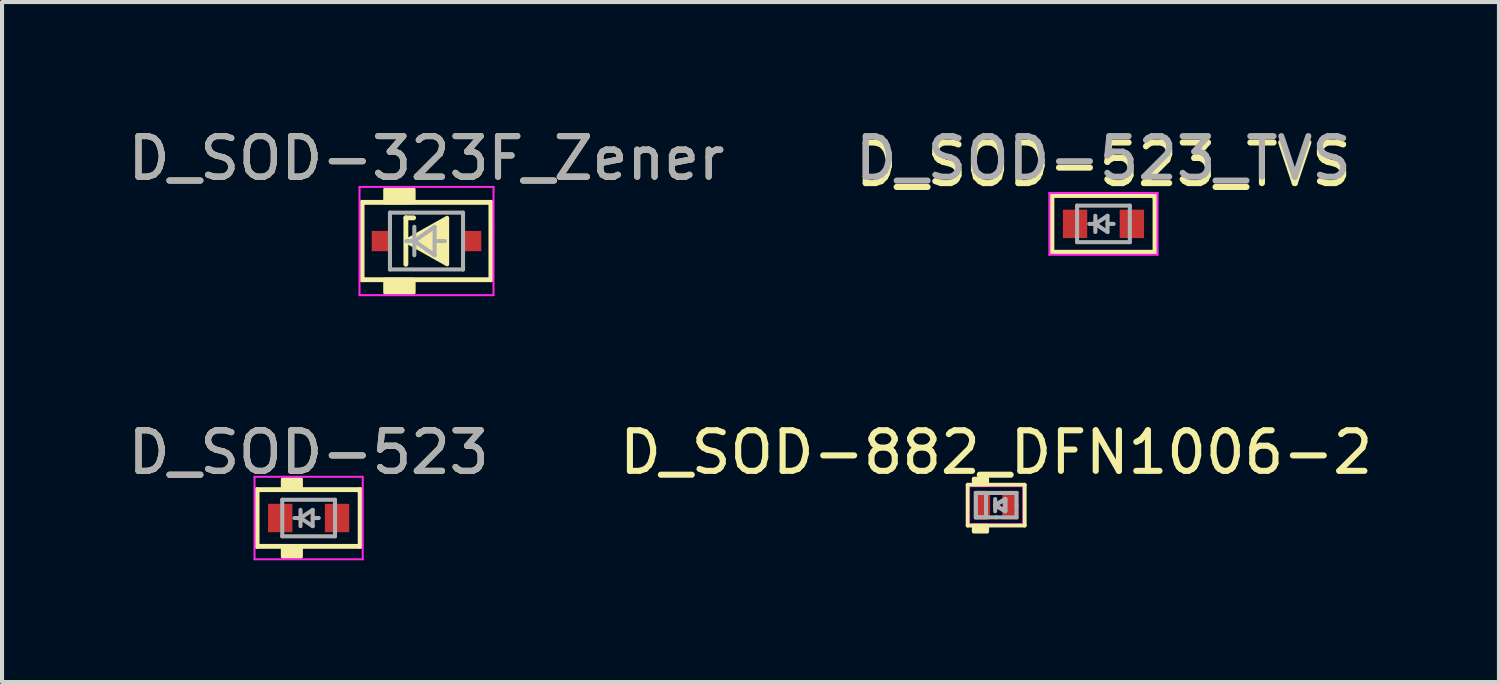
<source format=kicad_pcb>
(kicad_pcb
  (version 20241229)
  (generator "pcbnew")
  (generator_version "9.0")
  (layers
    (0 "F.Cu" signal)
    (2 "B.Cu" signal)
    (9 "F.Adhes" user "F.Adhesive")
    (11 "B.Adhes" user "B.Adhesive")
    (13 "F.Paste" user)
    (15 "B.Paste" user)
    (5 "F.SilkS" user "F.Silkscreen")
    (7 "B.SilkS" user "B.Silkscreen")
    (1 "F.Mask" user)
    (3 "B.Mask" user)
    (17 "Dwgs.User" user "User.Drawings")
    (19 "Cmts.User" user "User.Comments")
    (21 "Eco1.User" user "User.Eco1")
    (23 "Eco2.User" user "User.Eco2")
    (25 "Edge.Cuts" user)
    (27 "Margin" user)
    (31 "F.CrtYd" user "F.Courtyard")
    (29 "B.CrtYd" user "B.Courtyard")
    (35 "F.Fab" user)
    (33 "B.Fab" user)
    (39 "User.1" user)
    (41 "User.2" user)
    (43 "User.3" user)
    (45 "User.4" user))
  (footprint "D_SOD-523"
    (layer "F.Cu")
    (at 4.554 9.713)
    (property "Reference" "D_SOD-523" (at 0 -1.617 0) (layer "F.SilkS") (effects (font (size 1 1) (thickness 0.15))))
    (attr smd)
    (fp_line (start -1.27 -0.699) (end -1.27 0.699) (stroke (width 0.12) (type solid)) (layer "F.SilkS"))
    (fp_line (start -1.27 0.699) (end 1.27 0.699) (stroke (width 0.12) (type solid)) (layer "F.SilkS"))
    (fp_line (start 1.27 -0.699) (end -1.27 -0.699) (stroke (width 0.12) (type solid)) (layer "F.SilkS"))
    (fp_line (start 1.27 -0.635) (end 1.27 -0.699) (stroke (width 0.12) (type solid)) (layer "F.SilkS"))
    (fp_line (start 1.27 0.699) (end 1.27 -0.635) (stroke (width 0.12) (type solid)) (layer "F.SilkS"))
    (fp_poly (pts (xy -0.191 -0.699) (xy -0.635 -0.699) (xy -0.635 -0.953) (xy -0.191 -0.953)) (stroke (width 0.1) (type solid)) (fill yes) (layer "F.SilkS"))
    (fp_poly (pts (xy -0.191 0.953) (xy -0.635 0.953) (xy -0.635 0.699) (xy -0.191 0.699)) (stroke (width 0.1) (type solid)) (fill yes) (layer "F.SilkS"))
    (fp_line (start -1.333 -1.016) (end 1.333 -1.016) (stroke (width 0.05) (type solid)) (layer "F.CrtYd"))
    (fp_line (start -1.333 1.016) (end -1.333 -1.016) (stroke (width 0.05) (type solid)) (layer "F.CrtYd"))
    (fp_line (start 1.333 -1.016) (end 1.333 1.016) (stroke (width 0.05) (type solid)) (layer "F.CrtYd"))
    (fp_line (start 1.333 1.016) (end -1.333 1.016) (stroke (width 0.05) (type solid)) (layer "F.CrtYd"))
    (fp_line (start -0.65 -0.45) (end 0.65 -0.45) (stroke (width 0.1) (type solid)) (layer "F.Fab"))
    (fp_line (start -0.65 0.45) (end -0.65 -0.45) (stroke (width 0.1) (type solid)) (layer "F.Fab"))
    (fp_line (start -0.2 0) (end -0.35 0) (stroke (width 0.1) (type solid)) (layer "F.Fab"))
    (fp_line (start -0.2 0) (end 0.1 0.2) (stroke (width 0.1) (type solid)) (layer "F.Fab"))
    (fp_line (start -0.2 0.2) (end -0.2 -0.2) (stroke (width 0.1) (type solid)) (layer "F.Fab"))
    (fp_line (start 0.1 -0.2) (end -0.2 0) (stroke (width 0.1) (type solid)) (layer "F.Fab"))
    (fp_line (start 0.1 0) (end 0.25 0) (stroke (width 0.1) (type solid)) (layer "F.Fab"))
    (fp_line (start 0.1 0.2) (end 0.1 -0.2) (stroke (width 0.1) (type solid)) (layer "F.Fab"))
    (fp_line (start 0.65 -0.45) (end 0.65 0.45) (stroke (width 0.1) (type solid)) (layer "F.Fab"))
    (fp_line (start 0.65 0.45) (end -0.65 0.45) (stroke (width 0.1) (type solid)) (layer "F.Fab"))
    (fp_text user "${REFERENCE}" (at 0 -1.617 0) (layer "F.Fab") (effects (font (size 1 1) (thickness 0.15))))
    (pad "1" smd rect (at -0.7 0 180) (size 0.6 0.7) (layers "F.Cu" "F.Mask" "F.Paste"))
    (pad "2" smd rect (at 0.7 0 180) (size 0.6 0.7) (layers "F.Cu" "F.Mask" "F.Paste")))
  (footprint "D_SOD-323F_Zener"
    (layer "F.Cu")
    (at 7.458 2.889)
    (property "Reference" "D_SOD-323F_Zener" (at 0 -2.041 0) (layer "F.SilkS") (effects (font (size 1 1) (thickness 0.15))))
    (attr smd)
    (fp_line (start -1.587 -0.953) (end -1.587 0.953) (stroke (width 0.12) (type solid)) (layer "F.SilkS"))
    (fp_line (start -1.587 0.953) (end 1.587 0.953) (stroke (width 0.12) (type solid)) (layer "F.SilkS"))
    (fp_line (start -0.508 -0.572) (end -0.508 0.572) (stroke (width 0.12) (type solid)) (layer "F.SilkS"))
    (fp_line (start -0.508 -0.572) (end -0.318 -0.572) (stroke (width 0.12) (type solid)) (layer "F.SilkS"))
    (fp_line (start 1.587 -0.953) (end -1.587 -0.953) (stroke (width 0.12) (type solid)) (layer "F.SilkS"))
    (fp_line (start 1.587 0.953) (end 1.587 -0.953) (stroke (width 0.12) (type solid)) (layer "F.SilkS"))
    (fp_poly (pts (xy 0.508 0.572) (xy -0.508 0) (xy 0.508 -0.572)) (stroke (width 0.1) (type solid)) (fill yes) (layer "F.SilkS"))
    (fp_poly (pts (xy -0.318 -0.953) (xy -1.016 -0.953) (xy -1.016 -1.27) (xy -0.318 -1.27)) (stroke (width 0.1) (type solid)) (fill yes) (layer "F.SilkS"))
    (fp_poly (pts (xy -0.318 1.27) (xy -1.016 1.27) (xy -1.016 0.953) (xy -0.318 0.953)) (stroke (width 0.1) (type solid)) (fill yes) (layer "F.SilkS"))
    (fp_line (start -1.651 -1.333) (end -1.651 1.333) (stroke (width 0.05) (type solid)) (layer "F.CrtYd"))
    (fp_line (start -1.651 -1.333) (end 1.651 -1.333) (stroke (width 0.05) (type solid)) (layer "F.CrtYd"))
    (fp_line (start -1.651 1.333) (end 1.651 1.333) (stroke (width 0.05) (type solid)) (layer "F.CrtYd"))
    (fp_line (start 1.651 -1.333) (end 1.651 1.333) (stroke (width 0.05) (type solid)) (layer "F.CrtYd"))
    (fp_line (start -0.9 -0.7) (end 0.9 -0.7) (stroke (width 0.1) (type solid)) (layer "F.Fab"))
    (fp_line (start -0.9 0.7) (end -0.9 -0.7) (stroke (width 0.1) (type solid)) (layer "F.Fab"))
    (fp_line (start -0.3 -0.35) (end -0.3 0.35) (stroke (width 0.1) (type solid)) (layer "F.Fab"))
    (fp_line (start -0.3 0) (end -0.5 0) (stroke (width 0.1) (type solid)) (layer "F.Fab"))
    (fp_line (start -0.3 0) (end 0.2 -0.35) (stroke (width 0.1) (type solid)) (layer "F.Fab"))
    (fp_line (start 0.2 -0.35) (end 0.2 0.35) (stroke (width 0.1) (type solid)) (layer "F.Fab"))
    (fp_line (start 0.2 0) (end 0.45 0) (stroke (width 0.1) (type solid)) (layer "F.Fab"))
    (fp_line (start 0.2 0.35) (end -0.3 0) (stroke (width 0.1) (type solid)) (layer "F.Fab"))
    (fp_line (start 0.9 -0.7) (end 0.9 0.7) (stroke (width 0.1) (type solid)) (layer "F.Fab"))
    (fp_line (start 0.9 0.7) (end -0.9 0.7) (stroke (width 0.1) (type solid)) (layer "F.Fab"))
    (fp_text user "${REFERENCE}" (at 0 -2.041 0) (layer "F.Fab") (effects (font (size 1 1) (thickness 0.15))))
    (pad "1" smd rect (at -1.1 0) (size 0.5 0.5) (layers "F.Cu" "F.Mask" "F.Paste"))
    (pad "2" smd rect (at 1.1 0) (size 0.5 0.5) (layers "F.Cu" "F.Mask" "F.Paste")))
  (footprint "D_SOD-882_DFN1006-2"
    (layer "F.Cu")
    (at 21.494 9.396)
    (property "Reference" "D_SOD-882_DFN1006-2" (at 0 -1.3 0) (unlocked yes) (layer "F.SilkS") (effects (font (size 1 1) (thickness 0.15))))
    (fp_line (start -0.7 -0.5) (end 0.7 -0.5) (stroke (width 0.1) (type solid)) (layer "F.SilkS"))
    (fp_line (start -0.7 0.5) (end -0.7 -0.5) (stroke (width 0.1) (type solid)) (layer "F.SilkS"))
    (fp_line (start 0.7 -0.5) (end 0.7 0.5) (stroke (width 0.1) (type solid)) (layer "F.SilkS"))
    (fp_line (start 0.7 0.5) (end -0.7 0.5) (stroke (width 0.1) (type solid)) (layer "F.SilkS"))
    (fp_rect (start -0.55 -0.5) (end -0.225 -0.65) (stroke (width 0.1) (type solid)) (fill yes) (layer "F.SilkS"))
    (fp_rect (start -0.55 0.65) (end -0.225 0.5) (stroke (width 0.1) (type solid)) (fill yes) (layer "F.SilkS"))
    (fp_line (start -0.65 -0.45) (end -0.65 0.45) (stroke (width 0.013) (type solid)) (layer "F.CrtYd"))
    (fp_line (start -0.65 -0.45) (end 0.65 -0.45) (stroke (width 0.013) (type solid)) (layer "F.CrtYd"))
    (fp_line (start -0.65 0.45) (end 0.65 0.45) (stroke (width 0.013) (type solid)) (layer "F.CrtYd"))
    (fp_line (start 0.65 -0.45) (end 0.65 0.45) (stroke (width 0.013) (type solid)) (layer "F.CrtYd"))
    (fp_line (start -0.5 -0.3) (end -0.5 0) (stroke (width 0.1) (type solid)) (layer "F.Fab"))
    (fp_line (start -0.5 0) (end -0.5 0.3) (stroke (width 0.1) (type solid)) (layer "F.Fab"))
    (fp_line (start -0.025 -0.15) (end -0.025 0.15) (stroke (width 0.1) (type solid)) (layer "F.Fab"))
    (fp_line (start -0.025 0) (end 0.225 -0.15) (stroke (width 0.1) (type solid)) (layer "F.Fab"))
    (fp_line (start 0 -0.3) (end -0.5 -0.3) (stroke (width 0.1) (type solid)) (layer "F.Fab"))
    (fp_line (start 0 -0.3) (end 0.5 -0.3) (stroke (width 0.1) (type solid)) (layer "F.Fab"))
    (fp_line (start 0 0.3) (end -0.5 0.3) (stroke (width 0.1) (type solid)) (layer "F.Fab"))
    (fp_line (start 0.225 -0.15) (end 0.225 0.15) (stroke (width 0.1) (type solid)) (layer "F.Fab"))
    (fp_line (start 0.225 0.15) (end -0.025 0) (stroke (width 0.1) (type solid)) (layer "F.Fab"))
    (fp_line (start 0.5 -0.3) (end 0.5 0) (stroke (width 0.1) (type solid)) (layer "F.Fab"))
    (fp_line (start 0.5 0) (end 0.5 0.3) (stroke (width 0.1) (type solid)) (layer "F.Fab"))
    (fp_line (start 0.5 0.3) (end 0 0.3) (stroke (width 0.1) (type solid)) (layer "F.Fab"))
    (fp_poly (pts (xy 0.225 0.15) (xy -0.025 0) (xy 0.225 -0.15)) (stroke (width 0.1) (type solid)) (fill no) (layer "F.Fab"))
    (fp_poly (pts (xy -0.25 0.3) (xy -0.5 0.3) (xy -0.5 -0.3) (xy -0.25 -0.3)) (stroke (width 0.1) (type solid)) (fill no) (layer "F.Fab"))
    (pad "1" smd rect (at -0.35 0) (size 0.4 0.7) (layers "F.Cu" "F.Mask" "F.Paste"))
    (pad "2" smd rect (at 0.35 0) (size 0.4 0.7) (layers "F.Cu" "F.Mask" "F.Paste")))
  (footprint "D_SOD-523_TVS"
    (layer "F.Cu")
    (at 24.137 2.466)
    (property "Reference" "D_SOD-523_TVS" (at 0 -1.46 0) (layer "F.SilkS") (effects (font (size 1 1) (thickness 0.15))))
    (attr smd)
    (fp_line (start -1.27 -0.699) (end -1.27 0.699) (stroke (width 0.12) (type solid)) (layer "F.SilkS"))
    (fp_line (start -1.27 0.699) (end 1.27 0.699) (stroke (width 0.12) (type solid)) (layer "F.SilkS"))
    (fp_line (start 1.27 -0.699) (end -1.27 -0.699) (stroke (width 0.12) (type solid)) (layer "F.SilkS"))
    (fp_line (start 1.27 -0.635) (end 1.27 -0.699) (stroke (width 0.12) (type solid)) (layer "F.SilkS"))
    (fp_line (start 1.27 0.699) (end 1.27 -0.635) (stroke (width 0.12) (type solid)) (layer "F.SilkS"))
    (fp_line (start -1.333 -0.762) (end 1.333 -0.762) (stroke (width 0.05) (type solid)) (layer "F.CrtYd"))
    (fp_line (start -1.333 0.762) (end -1.333 -0.762) (stroke (width 0.05) (type solid)) (layer "F.CrtYd"))
    (fp_line (start 1.333 -0.762) (end 1.333 0.762) (stroke (width 0.05) (type solid)) (layer "F.CrtYd"))
    (fp_line (start 1.333 0.762) (end -1.333 0.762) (stroke (width 0.05) (type solid)) (layer "F.CrtYd"))
    (fp_line (start -0.65 -0.45) (end 0.65 -0.45) (stroke (width 0.1) (type solid)) (layer "F.Fab"))
    (fp_line (start -0.65 0.45) (end -0.65 -0.45) (stroke (width 0.1) (type solid)) (layer "F.Fab"))
    (fp_line (start -0.2 0) (end -0.35 0) (stroke (width 0.1) (type solid)) (layer "F.Fab"))
    (fp_line (start -0.2 0) (end 0.1 0.2) (stroke (width 0.1) (type solid)) (layer "F.Fab"))
    (fp_line (start -0.2 0.2) (end -0.2 -0.2) (stroke (width 0.1) (type solid)) (layer "F.Fab"))
    (fp_line (start 0.1 -0.2) (end -0.2 0) (stroke (width 0.1) (type solid)) (layer "F.Fab"))
    (fp_line (start 0.1 0) (end 0.25 0) (stroke (width 0.1) (type solid)) (layer "F.Fab"))
    (fp_line (start 0.1 0.2) (end 0.1 -0.2) (stroke (width 0.1) (type solid)) (layer "F.Fab"))
    (fp_line (start 0.65 -0.45) (end 0.65 0.45) (stroke (width 0.1) (type solid)) (layer "F.Fab"))
    (fp_line (start 0.65 0.45) (end -0.65 0.45) (stroke (width 0.1) (type solid)) (layer "F.Fab"))
    (fp_text user "${REFERENCE}" (at 0 -1.617 0) (layer "F.Fab") (effects (font (size 1 1) (thickness 0.15))))
    (pad "1" smd rect (at -0.7 0 180) (size 0.6 0.7) (layers "F.Cu" "F.Mask" "F.Paste"))
    (pad "2" smd rect (at 0.7 0 180) (size 0.6 0.7) (layers "F.Cu" "F.Mask" "F.Paste")))
  (gr_rect
    (start -3 -3)
    (end 33.881 13.754)
    (stroke (width 0.1) (type default))
    (fill no)
    (layer "Edge.Cuts")))
</source>
